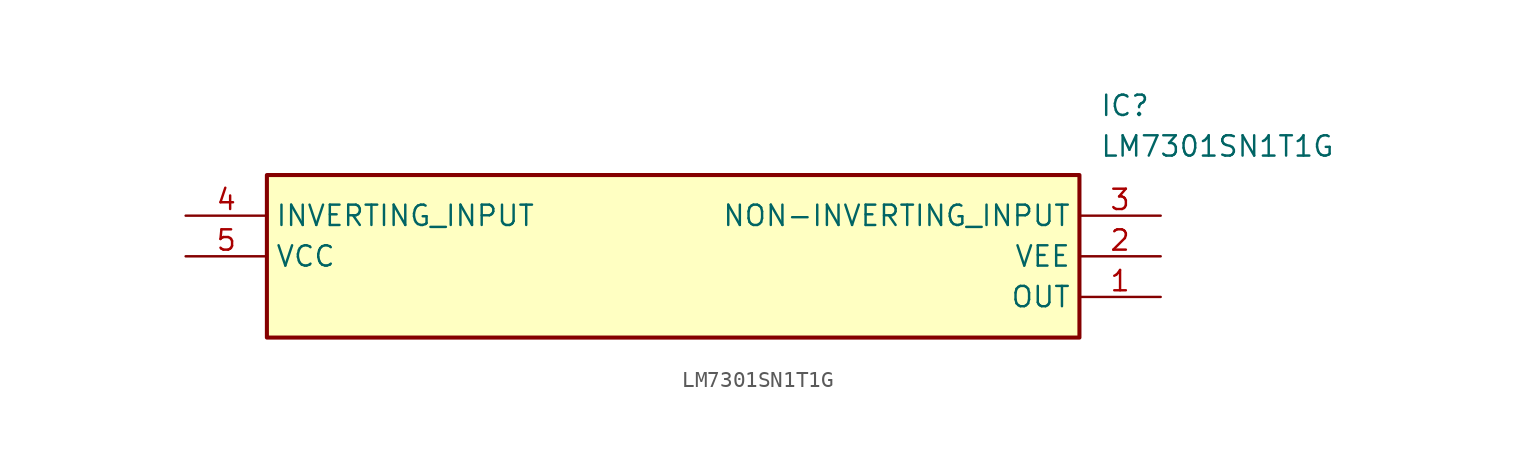
<source format=kicad_sym>
(kicad_symbol_lib
  (version 20211014)
  (generator SamacSys_ECAD_Model)
  (symbol "LM7301SN1T1G"
    (property "Reference" "IC"
      (at 57.15 7.62 0)
      (effects (font (size 1.27 1.27)) (justify left top)))
    (property "Value" "LM7301SN1T1G"
      (at 57.15 5.08 0)
      (effects (font (size 1.27 1.27)) (justify left top)))
    (rectangle
      (start 5.08 2.54)
      (end 55.88 -7.62)
      (stroke (width 0.254) (type default))
      (fill (type background)))
    (pin passive line
      (at 60.96 -5.08 180)
      (length 5.08)
      (name "OUT" (effects (font (size 1.27 1.27))))
      (number "1" (effects (font (size 1.27 1.27)))))
    (pin passive line
      (at 60.96 -2.54 180)
      (length 5.08)
      (name "VEE" (effects (font (size 1.27 1.27))))
      (number "2" (effects (font (size 1.27 1.27)))))
    (pin passive line
      (at 60.96 0 180)
      (length 5.08)
      (name "NON-INVERTING_INPUT" (effects (font (size 1.27 1.27))))
      (number "3" (effects (font (size 1.27 1.27)))))
    (pin passive line
      (at 0 0 0)
      (length 5.08)
      (name "INVERTING_INPUT" (effects (font (size 1.27 1.27))))
      (number "4" (effects (font (size 1.27 1.27)))))
    (pin passive line
      (at 0 -2.54 0)
      (length 5.08)
      (name "VCC" (effects (font (size 1.27 1.27))))
      (number "5" (effects (font (size 1.27 1.27)))))))
</source>
